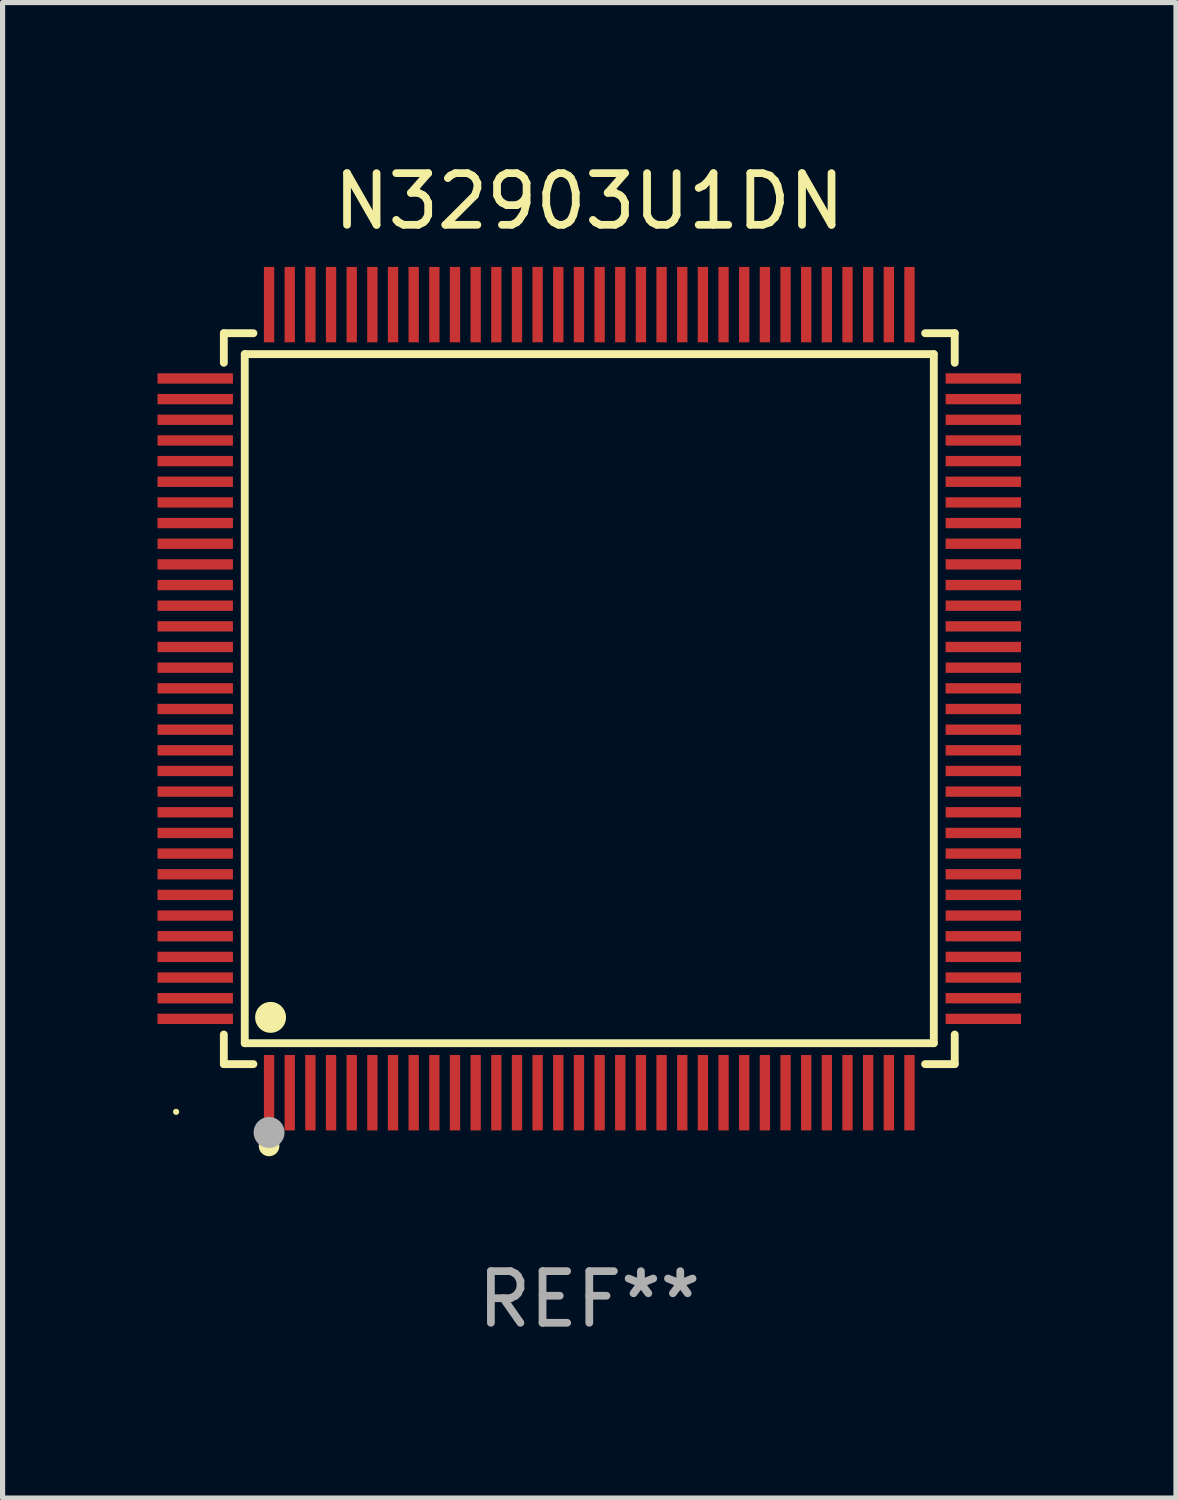
<source format=kicad_pcb>
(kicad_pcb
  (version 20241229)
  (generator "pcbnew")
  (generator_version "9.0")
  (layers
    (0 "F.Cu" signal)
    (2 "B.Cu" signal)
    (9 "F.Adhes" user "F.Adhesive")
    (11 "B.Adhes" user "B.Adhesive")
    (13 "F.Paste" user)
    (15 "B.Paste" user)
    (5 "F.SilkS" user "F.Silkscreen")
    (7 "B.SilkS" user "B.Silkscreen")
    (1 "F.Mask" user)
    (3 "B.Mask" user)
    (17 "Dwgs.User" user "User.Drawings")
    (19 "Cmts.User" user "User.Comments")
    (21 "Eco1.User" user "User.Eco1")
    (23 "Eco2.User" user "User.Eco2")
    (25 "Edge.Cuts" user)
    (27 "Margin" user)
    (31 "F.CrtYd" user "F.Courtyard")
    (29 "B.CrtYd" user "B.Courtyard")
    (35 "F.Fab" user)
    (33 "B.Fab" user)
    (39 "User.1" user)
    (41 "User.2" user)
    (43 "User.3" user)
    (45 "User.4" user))
  (footprint "N32903U1DN"
    (layer "F.Cu")
    (at 8.36 10.478)
    (property "Reference" "N32903U1DN" (at 0 -9.63 0) (layer "F.SilkS") (effects (font (size 1 1) (thickness 0.15))))
    (attr through_hole)
    (fp_line (start -7.076 -7.076) (end -6.503 -7.076) (stroke (width 0.152) (type solid)) (layer "F.SilkS"))
    (fp_line (start -7.076 -6.503) (end -7.076 -7.076) (stroke (width 0.152) (type solid)) (layer "F.SilkS"))
    (fp_line (start -7.076 6.503) (end -7.076 7.076) (stroke (width 0.152) (type solid)) (layer "F.SilkS"))
    (fp_line (start -7.076 7.076) (end -6.503 7.076) (stroke (width 0.152) (type solid)) (layer "F.SilkS"))
    (fp_line (start -6.671 -6.671) (end 6.671 -6.671) (stroke (width 0.152) (type solid)) (layer "F.SilkS"))
    (fp_line (start -6.671 6.671) (end -6.671 -6.671) (stroke (width 0.152) (type solid)) (layer "F.SilkS"))
    (fp_line (start 6.671 -6.671) (end 6.671 6.671) (stroke (width 0.152) (type solid)) (layer "F.SilkS"))
    (fp_line (start 6.671 6.671) (end -6.671 6.671) (stroke (width 0.152) (type solid)) (layer "F.SilkS"))
    (fp_line (start 7.076 -7.076) (end 6.503 -7.076) (stroke (width 0.152) (type solid)) (layer "F.SilkS"))
    (fp_line (start 7.076 -6.503) (end 7.076 -7.076) (stroke (width 0.152) (type solid)) (layer "F.SilkS"))
    (fp_line (start 7.076 6.503) (end 7.076 7.076) (stroke (width 0.152) (type solid)) (layer "F.SilkS"))
    (fp_line (start 7.076 7.076) (end 6.503 7.076) (stroke (width 0.152) (type solid)) (layer "F.SilkS"))
    (fp_circle (center -8 8) (end -7.97 8) (stroke (width 0.06) (type solid)) (fill no) (layer "F.SilkS"))
    (fp_circle (center -6.2 8.66) (end -6.1 8.66) (stroke (width 0.2) (type solid)) (fill no) (layer "F.SilkS"))
    (fp_circle (center -6.171 6.171) (end -6.021 6.171) (stroke (width 0.3) (type solid)) (fill no) (layer "F.SilkS"))
    (fp_circle (center -6.2 8.4) (end -6.05 8.4) (stroke (width 0.3) (type solid)) (fill no) (layer "F.Fab"))
    (fp_text user "REF**" (at 0 11.63 0) (layer "F.Fab") (effects (font (size 1 1) (thickness 0.15))))
    (pad "1" smd rect (at -6.2 7.63) (size 0.2 1.46) (layers "F.Cu" "F.Mask" "F.Paste"))
    (pad "2" smd rect (at -5.8 7.63) (size 0.2 1.46) (layers "F.Cu" "F.Mask" "F.Paste"))
    (pad "3" smd rect (at -5.4 7.63) (size 0.2 1.46) (layers "F.Cu" "F.Mask" "F.Paste"))
    (pad "4" smd rect (at -5 7.63) (size 0.2 1.46) (layers "F.Cu" "F.Mask" "F.Paste"))
    (pad "5" smd rect (at -4.6 7.63) (size 0.2 1.46) (layers "F.Cu" "F.Mask" "F.Paste"))
    (pad "6" smd rect (at -4.2 7.63) (size 0.2 1.46) (layers "F.Cu" "F.Mask" "F.Paste"))
    (pad "7" smd rect (at -3.8 7.63) (size 0.2 1.46) (layers "F.Cu" "F.Mask" "F.Paste"))
    (pad "8" smd rect (at -3.4 7.63) (size 0.2 1.46) (layers "F.Cu" "F.Mask" "F.Paste"))
    (pad "9" smd rect (at -3 7.63) (size 0.2 1.46) (layers "F.Cu" "F.Mask" "F.Paste"))
    (pad "10" smd rect (at -2.6 7.63) (size 0.2 1.46) (layers "F.Cu" "F.Mask" "F.Paste"))
    (pad "11" smd rect (at -2.2 7.63) (size 0.2 1.46) (layers "F.Cu" "F.Mask" "F.Paste"))
    (pad "12" smd rect (at -1.8 7.63) (size 0.2 1.46) (layers "F.Cu" "F.Mask" "F.Paste"))
    (pad "13" smd rect (at -1.4 7.63) (size 0.2 1.46) (layers "F.Cu" "F.Mask" "F.Paste"))
    (pad "14" smd rect (at -1 7.63) (size 0.2 1.46) (layers "F.Cu" "F.Mask" "F.Paste"))
    (pad "15" smd rect (at -0.6 7.63) (size 0.2 1.46) (layers "F.Cu" "F.Mask" "F.Paste"))
    (pad "16" smd rect (at -0.2 7.63) (size 0.2 1.46) (layers "F.Cu" "F.Mask" "F.Paste"))
    (pad "17" smd rect (at 0.2 7.63) (size 0.2 1.46) (layers "F.Cu" "F.Mask" "F.Paste"))
    (pad "18" smd rect (at 0.6 7.63) (size 0.2 1.46) (layers "F.Cu" "F.Mask" "F.Paste"))
    (pad "19" smd rect (at 1 7.63) (size 0.2 1.46) (layers "F.Cu" "F.Mask" "F.Paste"))
    (pad "20" smd rect (at 1.4 7.63) (size 0.2 1.46) (layers "F.Cu" "F.Mask" "F.Paste"))
    (pad "21" smd rect (at 1.8 7.63) (size 0.2 1.46) (layers "F.Cu" "F.Mask" "F.Paste"))
    (pad "22" smd rect (at 2.2 7.63) (size 0.2 1.46) (layers "F.Cu" "F.Mask" "F.Paste"))
    (pad "23" smd rect (at 2.6 7.63) (size 0.2 1.46) (layers "F.Cu" "F.Mask" "F.Paste"))
    (pad "24" smd rect (at 3 7.63) (size 0.2 1.46) (layers "F.Cu" "F.Mask" "F.Paste"))
    (pad "25" smd rect (at 3.4 7.63) (size 0.2 1.46) (layers "F.Cu" "F.Mask" "F.Paste"))
    (pad "26" smd rect (at 3.8 7.63) (size 0.2 1.46) (layers "F.Cu" "F.Mask" "F.Paste"))
    (pad "27" smd rect (at 4.2 7.63) (size 0.2 1.46) (layers "F.Cu" "F.Mask" "F.Paste"))
    (pad "28" smd rect (at 4.6 7.63) (size 0.2 1.46) (layers "F.Cu" "F.Mask" "F.Paste"))
    (pad "29" smd rect (at 5 7.63) (size 0.2 1.46) (layers "F.Cu" "F.Mask" "F.Paste"))
    (pad "30" smd rect (at 5.4 7.63) (size 0.2 1.46) (layers "F.Cu" "F.Mask" "F.Paste"))
    (pad "31" smd rect (at 5.8 7.63) (size 0.2 1.46) (layers "F.Cu" "F.Mask" "F.Paste"))
    (pad "32" smd rect (at 6.2 7.63) (size 0.2 1.46) (layers "F.Cu" "F.Mask" "F.Paste"))
    (pad "33" smd rect (at 7.63 6.2) (size 1.46 0.2) (layers "F.Cu" "F.Mask" "F.Paste"))
    (pad "34" smd rect (at 7.63 5.8) (size 1.46 0.2) (layers "F.Cu" "F.Mask" "F.Paste"))
    (pad "35" smd rect (at 7.63 5.4) (size 1.46 0.2) (layers "F.Cu" "F.Mask" "F.Paste"))
    (pad "36" smd rect (at 7.63 5) (size 1.46 0.2) (layers "F.Cu" "F.Mask" "F.Paste"))
    (pad "37" smd rect (at 7.63 4.6) (size 1.46 0.2) (layers "F.Cu" "F.Mask" "F.Paste"))
    (pad "38" smd rect (at 7.63 4.2) (size 1.46 0.2) (layers "F.Cu" "F.Mask" "F.Paste"))
    (pad "39" smd rect (at 7.63 3.8) (size 1.46 0.2) (layers "F.Cu" "F.Mask" "F.Paste"))
    (pad "40" smd rect (at 7.63 3.4) (size 1.46 0.2) (layers "F.Cu" "F.Mask" "F.Paste"))
    (pad "41" smd rect (at 7.63 3) (size 1.46 0.2) (layers "F.Cu" "F.Mask" "F.Paste"))
    (pad "42" smd rect (at 7.63 2.6) (size 1.46 0.2) (layers "F.Cu" "F.Mask" "F.Paste"))
    (pad "43" smd rect (at 7.63 2.2) (size 1.46 0.2) (layers "F.Cu" "F.Mask" "F.Paste"))
    (pad "44" smd rect (at 7.63 1.8) (size 1.46 0.2) (layers "F.Cu" "F.Mask" "F.Paste"))
    (pad "45" smd rect (at 7.63 1.4) (size 1.46 0.2) (layers "F.Cu" "F.Mask" "F.Paste"))
    (pad "46" smd rect (at 7.63 1) (size 1.46 0.2) (layers "F.Cu" "F.Mask" "F.Paste"))
    (pad "47" smd rect (at 7.63 0.6) (size 1.46 0.2) (layers "F.Cu" "F.Mask" "F.Paste"))
    (pad "48" smd rect (at 7.63 0.2) (size 1.46 0.2) (layers "F.Cu" "F.Mask" "F.Paste"))
    (pad "49" smd rect (at 7.63 -0.2) (size 1.46 0.2) (layers "F.Cu" "F.Mask" "F.Paste"))
    (pad "50" smd rect (at 7.63 -0.6) (size 1.46 0.2) (layers "F.Cu" "F.Mask" "F.Paste"))
    (pad "51" smd rect (at 7.63 -1) (size 1.46 0.2) (layers "F.Cu" "F.Mask" "F.Paste"))
    (pad "52" smd rect (at 7.63 -1.4) (size 1.46 0.2) (layers "F.Cu" "F.Mask" "F.Paste"))
    (pad "53" smd rect (at 7.63 -1.8) (size 1.46 0.2) (layers "F.Cu" "F.Mask" "F.Paste"))
    (pad "54" smd rect (at 7.63 -2.2) (size 1.46 0.2) (layers "F.Cu" "F.Mask" "F.Paste"))
    (pad "55" smd rect (at 7.63 -2.6) (size 1.46 0.2) (layers "F.Cu" "F.Mask" "F.Paste"))
    (pad "56" smd rect (at 7.63 -3) (size 1.46 0.2) (layers "F.Cu" "F.Mask" "F.Paste"))
    (pad "57" smd rect (at 7.63 -3.4) (size 1.46 0.2) (layers "F.Cu" "F.Mask" "F.Paste"))
    (pad "58" smd rect (at 7.63 -3.8) (size 1.46 0.2) (layers "F.Cu" "F.Mask" "F.Paste"))
    (pad "59" smd rect (at 7.63 -4.2) (size 1.46 0.2) (layers "F.Cu" "F.Mask" "F.Paste"))
    (pad "60" smd rect (at 7.63 -4.6) (size 1.46 0.2) (layers "F.Cu" "F.Mask" "F.Paste"))
    (pad "61" smd rect (at 7.63 -5) (size 1.46 0.2) (layers "F.Cu" "F.Mask" "F.Paste"))
    (pad "62" smd rect (at 7.63 -5.4) (size 1.46 0.2) (layers "F.Cu" "F.Mask" "F.Paste"))
    (pad "63" smd rect (at 7.63 -5.8) (size 1.46 0.2) (layers "F.Cu" "F.Mask" "F.Paste"))
    (pad "64" smd rect (at 7.63 -6.2) (size 1.46 0.2) (layers "F.Cu" "F.Mask" "F.Paste"))
    (pad "65" smd rect (at 6.2 -7.63) (size 0.2 1.46) (layers "F.Cu" "F.Mask" "F.Paste"))
    (pad "66" smd rect (at 5.8 -7.63) (size 0.2 1.46) (layers "F.Cu" "F.Mask" "F.Paste"))
    (pad "67" smd rect (at 5.4 -7.63) (size 0.2 1.46) (layers "F.Cu" "F.Mask" "F.Paste"))
    (pad "68" smd rect (at 5 -7.63) (size 0.2 1.46) (layers "F.Cu" "F.Mask" "F.Paste"))
    (pad "69" smd rect (at 4.6 -7.63) (size 0.2 1.46) (layers "F.Cu" "F.Mask" "F.Paste"))
    (pad "70" smd rect (at 4.2 -7.63) (size 0.2 1.46) (layers "F.Cu" "F.Mask" "F.Paste"))
    (pad "71" smd rect (at 3.8 -7.63) (size 0.2 1.46) (layers "F.Cu" "F.Mask" "F.Paste"))
    (pad "72" smd rect (at 3.4 -7.63) (size 0.2 1.46) (layers "F.Cu" "F.Mask" "F.Paste"))
    (pad "73" smd rect (at 3 -7.63) (size 0.2 1.46) (layers "F.Cu" "F.Mask" "F.Paste"))
    (pad "74" smd rect (at 2.6 -7.63) (size 0.2 1.46) (layers "F.Cu" "F.Mask" "F.Paste"))
    (pad "75" smd rect (at 2.2 -7.63) (size 0.2 1.46) (layers "F.Cu" "F.Mask" "F.Paste"))
    (pad "76" smd rect (at 1.8 -7.63) (size 0.2 1.46) (layers "F.Cu" "F.Mask" "F.Paste"))
    (pad "77" smd rect (at 1.4 -7.63) (size 0.2 1.46) (layers "F.Cu" "F.Mask" "F.Paste"))
    (pad "78" smd rect (at 1 -7.63) (size 0.2 1.46) (layers "F.Cu" "F.Mask" "F.Paste"))
    (pad "79" smd rect (at 0.6 -7.63) (size 0.2 1.46) (layers "F.Cu" "F.Mask" "F.Paste"))
    (pad "80" smd rect (at 0.2 -7.63) (size 0.2 1.46) (layers "F.Cu" "F.Mask" "F.Paste"))
    (pad "81" smd rect (at -0.2 -7.63) (size 0.2 1.46) (layers "F.Cu" "F.Mask" "F.Paste"))
    (pad "82" smd rect (at -0.6 -7.63) (size 0.2 1.46) (layers "F.Cu" "F.Mask" "F.Paste"))
    (pad "83" smd rect (at -1 -7.63) (size 0.2 1.46) (layers "F.Cu" "F.Mask" "F.Paste"))
    (pad "84" smd rect (at -1.4 -7.63) (size 0.2 1.46) (layers "F.Cu" "F.Mask" "F.Paste"))
    (pad "85" smd rect (at -1.8 -7.63) (size 0.2 1.46) (layers "F.Cu" "F.Mask" "F.Paste"))
    (pad "86" smd rect (at -2.2 -7.63) (size 0.2 1.46) (layers "F.Cu" "F.Mask" "F.Paste"))
    (pad "87" smd rect (at -2.6 -7.63) (size 0.2 1.46) (layers "F.Cu" "F.Mask" "F.Paste"))
    (pad "88" smd rect (at -3 -7.63) (size 0.2 1.46) (layers "F.Cu" "F.Mask" "F.Paste"))
    (pad "89" smd rect (at -3.4 -7.63) (size 0.2 1.46) (layers "F.Cu" "F.Mask" "F.Paste"))
    (pad "90" smd rect (at -3.8 -7.63) (size 0.2 1.46) (layers "F.Cu" "F.Mask" "F.Paste"))
    (pad "91" smd rect (at -4.2 -7.63) (size 0.2 1.46) (layers "F.Cu" "F.Mask" "F.Paste"))
    (pad "92" smd rect (at -4.6 -7.63) (size 0.2 1.46) (layers "F.Cu" "F.Mask" "F.Paste"))
    (pad "93" smd rect (at -5 -7.63) (size 0.2 1.46) (layers "F.Cu" "F.Mask" "F.Paste"))
    (pad "94" smd rect (at -5.4 -7.63) (size 0.2 1.46) (layers "F.Cu" "F.Mask" "F.Paste"))
    (pad "95" smd rect (at -5.8 -7.63) (size 0.2 1.46) (layers "F.Cu" "F.Mask" "F.Paste"))
    (pad "96" smd rect (at -6.2 -7.63) (size 0.2 1.46) (layers "F.Cu" "F.Mask" "F.Paste"))
    (pad "97" smd rect (at -7.63 -6.2) (size 1.46 0.2) (layers "F.Cu" "F.Mask" "F.Paste"))
    (pad "98" smd rect (at -7.63 -5.8) (size 1.46 0.2) (layers "F.Cu" "F.Mask" "F.Paste"))
    (pad "99" smd rect (at -7.63 -5.4) (size 1.46 0.2) (layers "F.Cu" "F.Mask" "F.Paste"))
    (pad "100" smd rect (at -7.63 -5) (size 1.46 0.2) (layers "F.Cu" "F.Mask" "F.Paste"))
    (pad "101" smd rect (at -7.63 -4.6) (size 1.46 0.2) (layers "F.Cu" "F.Mask" "F.Paste"))
    (pad "102" smd rect (at -7.63 -4.2) (size 1.46 0.2) (layers "F.Cu" "F.Mask" "F.Paste"))
    (pad "103" smd rect (at -7.63 -3.8) (size 1.46 0.2) (layers "F.Cu" "F.Mask" "F.Paste"))
    (pad "104" smd rect (at -7.63 -3.4) (size 1.46 0.2) (layers "F.Cu" "F.Mask" "F.Paste"))
    (pad "105" smd rect (at -7.63 -3) (size 1.46 0.2) (layers "F.Cu" "F.Mask" "F.Paste"))
    (pad "106" smd rect (at -7.63 -2.6) (size 1.46 0.2) (layers "F.Cu" "F.Mask" "F.Paste"))
    (pad "107" smd rect (at -7.63 -2.2) (size 1.46 0.2) (layers "F.Cu" "F.Mask" "F.Paste"))
    (pad "108" smd rect (at -7.63 -1.8) (size 1.46 0.2) (layers "F.Cu" "F.Mask" "F.Paste"))
    (pad "109" smd rect (at -7.63 -1.4) (size 1.46 0.2) (layers "F.Cu" "F.Mask" "F.Paste"))
    (pad "110" smd rect (at -7.63 -1) (size 1.46 0.2) (layers "F.Cu" "F.Mask" "F.Paste"))
    (pad "111" smd rect (at -7.63 -0.6) (size 1.46 0.2) (layers "F.Cu" "F.Mask" "F.Paste"))
    (pad "112" smd rect (at -7.63 -0.2) (size 1.46 0.2) (layers "F.Cu" "F.Mask" "F.Paste"))
    (pad "113" smd rect (at -7.63 0.2) (size 1.46 0.2) (layers "F.Cu" "F.Mask" "F.Paste"))
    (pad "114" smd rect (at -7.63 0.6) (size 1.46 0.2) (layers "F.Cu" "F.Mask" "F.Paste"))
    (pad "115" smd rect (at -7.63 1) (size 1.46 0.2) (layers "F.Cu" "F.Mask" "F.Paste"))
    (pad "116" smd rect (at -7.63 1.4) (size 1.46 0.2) (layers "F.Cu" "F.Mask" "F.Paste"))
    (pad "117" smd rect (at -7.63 1.8) (size 1.46 0.2) (layers "F.Cu" "F.Mask" "F.Paste"))
    (pad "118" smd rect (at -7.63 2.2) (size 1.46 0.2) (layers "F.Cu" "F.Mask" "F.Paste"))
    (pad "119" smd rect (at -7.63 2.6) (size 1.46 0.2) (layers "F.Cu" "F.Mask" "F.Paste"))
    (pad "120" smd rect (at -7.63 3) (size 1.46 0.2) (layers "F.Cu" "F.Mask" "F.Paste"))
    (pad "121" smd rect (at -7.63 3.4) (size 1.46 0.2) (layers "F.Cu" "F.Mask" "F.Paste"))
    (pad "122" smd rect (at -7.63 3.8) (size 1.46 0.2) (layers "F.Cu" "F.Mask" "F.Paste"))
    (pad "123" smd rect (at -7.63 4.2) (size 1.46 0.2) (layers "F.Cu" "F.Mask" "F.Paste"))
    (pad "124" smd rect (at -7.63 4.6) (size 1.46 0.2) (layers "F.Cu" "F.Mask" "F.Paste"))
    (pad "125" smd rect (at -7.63 5) (size 1.46 0.2) (layers "F.Cu" "F.Mask" "F.Paste"))
    (pad "126" smd rect (at -7.63 5.4) (size 1.46 0.2) (layers "F.Cu" "F.Mask" "F.Paste"))
    (pad "127" smd rect (at -7.63 5.8) (size 1.46 0.2) (layers "F.Cu" "F.Mask" "F.Paste"))
    (pad "128" smd rect (at -7.63 6.2) (size 1.46 0.2) (layers "F.Cu" "F.Mask" "F.Paste")))
  (gr_rect
    (start -3 -3)
    (end 19.72 25.956)
    (stroke (width 0.1) (type default))
    (fill no)
    (layer "Edge.Cuts")))
</source>
